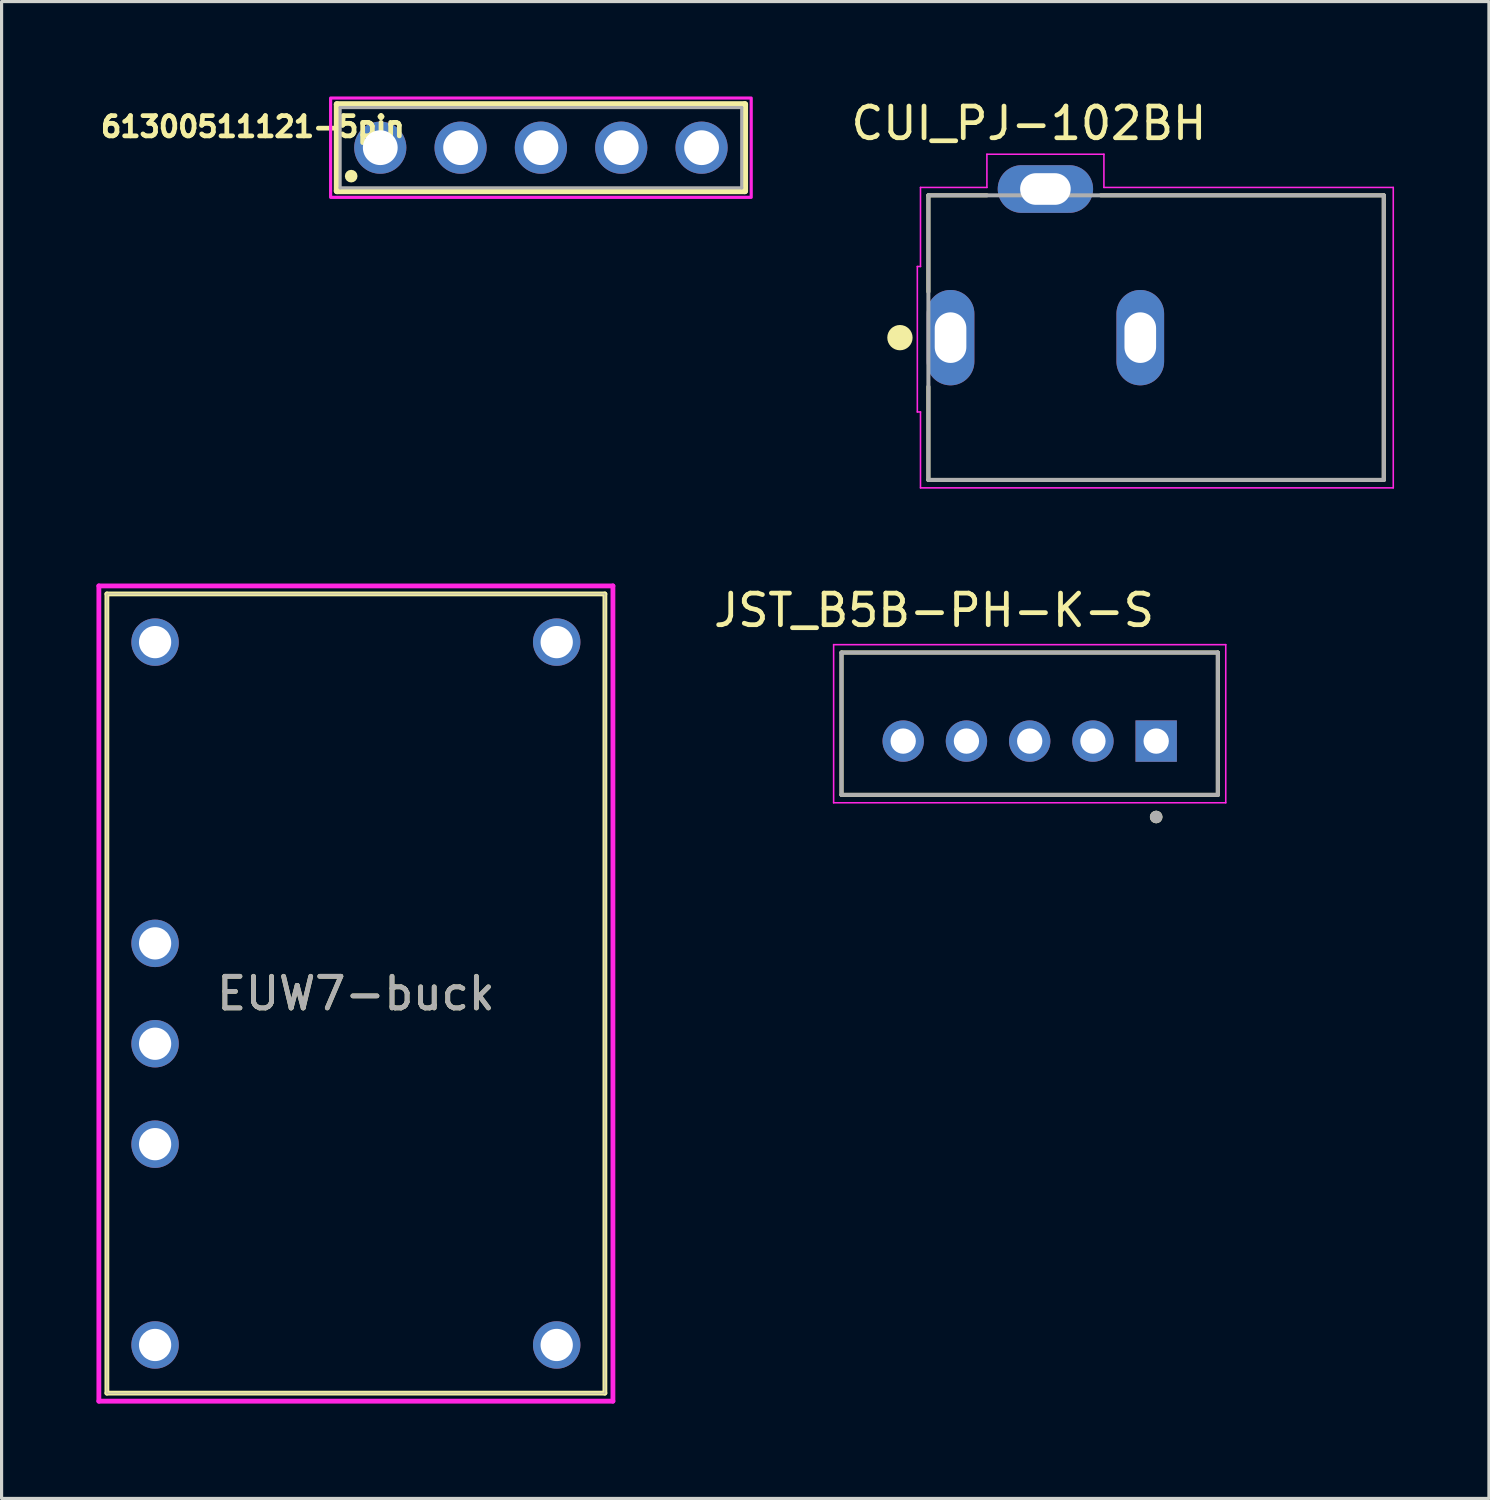
<source format=kicad_pcb>
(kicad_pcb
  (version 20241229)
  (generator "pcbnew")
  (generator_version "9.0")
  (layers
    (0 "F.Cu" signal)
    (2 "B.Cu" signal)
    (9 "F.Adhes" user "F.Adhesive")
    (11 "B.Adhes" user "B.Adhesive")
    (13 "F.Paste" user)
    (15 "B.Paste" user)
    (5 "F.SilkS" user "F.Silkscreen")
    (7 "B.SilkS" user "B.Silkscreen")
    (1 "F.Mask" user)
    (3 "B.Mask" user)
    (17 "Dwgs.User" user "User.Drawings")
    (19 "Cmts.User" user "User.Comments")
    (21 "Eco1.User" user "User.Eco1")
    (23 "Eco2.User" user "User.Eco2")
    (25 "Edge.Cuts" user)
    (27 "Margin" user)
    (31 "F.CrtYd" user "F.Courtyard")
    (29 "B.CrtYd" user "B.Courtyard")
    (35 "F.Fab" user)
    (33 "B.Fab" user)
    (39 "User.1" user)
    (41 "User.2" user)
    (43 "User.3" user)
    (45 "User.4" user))
  (footprint "EUW7-buck"
    (layer "F.Cu")
    (at 8.204 28.368)
    (property "Reference" "EUW7-buck" (at 0 0 0) (unlocked yes) (layer "F.SilkS") (effects (font (size 1 1) (thickness 0.15))))
    (attr smd)
    (fp_line (start -7.874 -12.636) (end -7.874 12.636) (stroke (width 0.152) (type solid)) (layer "F.SilkS"))
    (fp_line (start -7.874 12.636) (end 7.874 12.636) (stroke (width 0.152) (type solid)) (layer "F.SilkS"))
    (fp_line (start 7.874 -12.636) (end -7.874 -12.636) (stroke (width 0.152) (type solid)) (layer "F.SilkS"))
    (fp_line (start 7.874 12.636) (end 7.874 -12.636) (stroke (width 0.152) (type solid)) (layer "F.SilkS"))
    (fp_line (start -8.128 -12.89) (end 8.128 -12.89) (stroke (width 0.152) (type solid)) (layer "F.CrtYd"))
    (fp_line (start -8.128 12.89) (end -8.128 -12.89) (stroke (width 0.152) (type solid)) (layer "F.CrtYd"))
    (fp_line (start 8.128 -12.89) (end 8.128 12.89) (stroke (width 0.152) (type solid)) (layer "F.CrtYd"))
    (fp_line (start 8.128 12.89) (end -8.128 12.89) (stroke (width 0.152) (type solid)) (layer "F.CrtYd"))
    (fp_line (start -7.874 -12.636) (end -7.874 12.636) (stroke (width 0.025) (type solid)) (layer "F.Fab"))
    (fp_line (start -7.874 12.636) (end 7.874 12.636) (stroke (width 0.025) (type solid)) (layer "F.Fab"))
    (fp_line (start 7.874 -12.636) (end -7.874 -12.636) (stroke (width 0.025) (type solid)) (layer "F.Fab"))
    (fp_line (start 7.874 12.636) (end 7.874 -12.636) (stroke (width 0.025) (type solid)) (layer "F.Fab"))
    (fp_text user "${REFERENCE}" (at 0 0 0) (unlocked yes) (layer "F.Fab") (effects (font (size 1 1) (thickness 0.15))))
    (pad "1" thru_hole circle (at 6.35 -11.113) (size 1.5 1.5) (drill 1.02) (layers "*.Cu" "*.Mask"))
    (pad "2" thru_hole circle (at -6.35 -11.113) (size 1.5 1.5) (drill 1.02) (layers "*.Cu" "*.Mask"))
    (pad "3" thru_hole circle (at -6.35 -1.587) (size 1.5 1.5) (drill 1.02) (layers "*.Cu" "*.Mask"))
    (pad "4" thru_hole circle (at -6.35 1.587) (size 1.5 1.5) (drill 1.02) (layers "*.Cu" "*.Mask"))
    (pad "5" thru_hole circle (at -6.35 4.763) (size 1.5 1.5) (drill 1.02) (layers "*.Cu" "*.Mask"))
    (pad "6" thru_hole circle (at -6.35 11.113) (size 1.5 1.5) (drill 1.02) (layers "*.Cu" "*.Mask"))
    (pad "7" thru_hole circle (at 6.35 11.113) (size 1.5 1.5) (drill 1.02) (layers "*.Cu" "*.Mask")))
  (footprint "CUI_PJ-102BH"
    (layer "F.Cu")
    (at 33.508 7.627)
    (property "Reference" "CUI_PJ-102BH" (at -4.022 -6.777 0) (layer "F.SilkS") (effects (font (size 1.002 1.002) (thickness 0.15))))
    (attr through_hole)
    (fp_line (start -7.2 -4.5) (end -5.35 -4.5) (stroke (width 0.127) (type solid)) (layer "F.SilkS"))
    (fp_line (start -7.2 -1.45) (end -7.2 -4.5) (stroke (width 0.127) (type solid)) (layer "F.SilkS"))
    (fp_line (start -7.2 4.5) (end -7.2 1.55) (stroke (width 0.127) (type solid)) (layer "F.SilkS"))
    (fp_line (start -1.75 -4.5) (end 7.2 -4.5) (stroke (width 0.127) (type solid)) (layer "F.SilkS"))
    (fp_line (start 7.2 -4.5) (end 7.2 4.5) (stroke (width 0.127) (type solid)) (layer "F.SilkS"))
    (fp_line (start 7.2 4.5) (end -7.2 4.5) (stroke (width 0.127) (type solid)) (layer "F.SilkS"))
    (fp_circle (center -8.1 0) (end -7.9 0) (stroke (width 0.4) (type solid)) (fill no) (layer "F.SilkS"))
    (fp_line (start -7.55 -2.25) (end -7.55 2.35) (stroke (width 0.05) (type solid)) (layer "F.CrtYd"))
    (fp_line (start -7.55 2.35) (end -7.45 2.35) (stroke (width 0.05) (type solid)) (layer "F.CrtYd"))
    (fp_line (start -7.45 -4.75) (end -5.35 -4.75) (stroke (width 0.05) (type solid)) (layer "F.CrtYd"))
    (fp_line (start -7.45 -2.25) (end -7.55 -2.25) (stroke (width 0.05) (type solid)) (layer "F.CrtYd"))
    (fp_line (start -7.45 -2.25) (end -7.45 -4.75) (stroke (width 0.05) (type solid)) (layer "F.CrtYd"))
    (fp_line (start -7.45 4.75) (end -7.45 2.35) (stroke (width 0.05) (type solid)) (layer "F.CrtYd"))
    (fp_line (start -5.35 -5.8) (end -1.65 -5.8) (stroke (width 0.05) (type solid)) (layer "F.CrtYd"))
    (fp_line (start -5.35 -4.75) (end -5.35 -5.8) (stroke (width 0.05) (type solid)) (layer "F.CrtYd"))
    (fp_line (start -1.65 -5.8) (end -1.65 -4.75) (stroke (width 0.05) (type solid)) (layer "F.CrtYd"))
    (fp_line (start -1.65 -4.75) (end 7.5 -4.75) (stroke (width 0.05) (type solid)) (layer "F.CrtYd"))
    (fp_line (start 7.5 -4.75) (end 7.5 4.75) (stroke (width 0.05) (type solid)) (layer "F.CrtYd"))
    (fp_line (start 7.5 4.75) (end -7.45 4.75) (stroke (width 0.05) (type solid)) (layer "F.CrtYd"))
    (fp_line (start -7.2 -4.5) (end 7.2 -4.5) (stroke (width 0.127) (type solid)) (layer "F.Fab"))
    (fp_line (start -7.2 4.5) (end -7.2 -4.5) (stroke (width 0.127) (type solid)) (layer "F.Fab"))
    (fp_line (start 7.2 -4.5) (end 7.2 4.5) (stroke (width 0.127) (type solid)) (layer "F.Fab"))
    (fp_line (start 7.2 4.5) (end -7.2 4.5) (stroke (width 0.127) (type solid)) (layer "F.Fab"))
    (pad "1" thru_hole oval (at -6.5 0) (size 1.508 3.016) (drill oval 1 1.6) (layers "*.Cu" "*.Mask"))
    (pad "2" thru_hole oval (at -0.5 0) (size 1.508 3.016) (drill oval 1 1.6) (layers "*.Cu" "*.Mask"))
    (pad "3" thru_hole oval (at -3.5 -4.7) (size 3.016 1.508) (drill oval 1.6 1) (layers "*.Cu" "*.Mask")))
  (footprint "61300511121-5pin"
    (layer "F.Cu")
    (at 14.055 1.62)
    (property "Reference" "61300511121-5pin" (at -9.11 -0.662 0) (layer "F.SilkS") (effects (font (size 0.64 0.64) (thickness 0.15))))
    (attr through_hole)
    (fp_line (start -6.45 -1.37) (end 6.45 -1.37) (stroke (width 0.2) (type solid)) (layer "F.SilkS"))
    (fp_line (start -6.45 1.37) (end -6.45 -1.37) (stroke (width 0.2) (type solid)) (layer "F.SilkS"))
    (fp_line (start 6.45 -1.37) (end 6.45 1.37) (stroke (width 0.2) (type solid)) (layer "F.SilkS"))
    (fp_line (start 6.45 1.37) (end -6.45 1.37) (stroke (width 0.2) (type solid)) (layer "F.SilkS"))
    (fp_circle (center -6 0.9) (end -5.9 0.9) (stroke (width 0.2) (type solid)) (fill no) (layer "F.SilkS"))
    (fp_poly (pts (xy -6.65 -1.57) (xy 6.65 -1.57) (xy 6.65 1.57) (xy -6.65 1.57)) (stroke (width 0.1) (type solid)) (fill no) (layer "F.CrtYd"))
    (fp_line (start -6.35 -1.27) (end -6.35 1.27) (stroke (width 0.1) (type solid)) (layer "F.Fab"))
    (fp_line (start -6.35 1.27) (end 6.35 1.27) (stroke (width 0.1) (type solid)) (layer "F.Fab"))
    (fp_line (start 6.35 -1.27) (end -6.35 -1.27) (stroke (width 0.1) (type solid)) (layer "F.Fab"))
    (fp_line (start 6.35 1.27) (end 6.35 -1.27) (stroke (width 0.1) (type solid)) (layer "F.Fab"))
    (pad "1" thru_hole circle (at -5.08 0) (size 1.65 1.65) (drill 1.1) (layers "*.Cu" "*.Mask"))
    (pad "2" thru_hole circle (at -2.54 0) (size 1.65 1.65) (drill 1.1) (layers "*.Cu" "*.Mask"))
    (pad "3" thru_hole circle (at 0 0) (size 1.65 1.65) (drill 1.1) (layers "*.Cu" "*.Mask"))
    (pad "4" thru_hole circle (at 2.54 0) (size 1.65 1.65) (drill 1.1) (layers "*.Cu" "*.Mask"))
    (pad "5" thru_hole circle (at 5.08 0) (size 1.65 1.65) (drill 1.1) (layers "*.Cu" "*.Mask")))
  (footprint "JST_B5B-PH-K-S"
    (layer "F.Cu")
    (at 29.511 19.835)
    (property "Reference" "JST_B5B-PH-K-S" (at -3.025 -3.585 0) (layer "F.SilkS") (effects (font (size 1 1) (thickness 0.15))))
    (attr through_hole)
    (fp_line (start -5.95 -2.25) (end 5.95 -2.25) (stroke (width 0.127) (type solid)) (layer "F.SilkS"))
    (fp_line (start -5.95 2.25) (end -5.95 -2.25) (stroke (width 0.127) (type solid)) (layer "F.SilkS"))
    (fp_line (start 5.95 -2.25) (end 5.95 2.25) (stroke (width 0.127) (type solid)) (layer "F.SilkS"))
    (fp_line (start 5.95 2.25) (end -5.95 2.25) (stroke (width 0.127) (type solid)) (layer "F.SilkS"))
    (fp_circle (center 4 2.95) (end 4.1 2.95) (stroke (width 0.2) (type solid)) (fill no) (layer "F.SilkS"))
    (fp_line (start -6.2 -2.5) (end 6.2 -2.5) (stroke (width 0.05) (type solid)) (layer "F.CrtYd"))
    (fp_line (start -6.2 2.5) (end -6.2 -2.5) (stroke (width 0.05) (type solid)) (layer "F.CrtYd"))
    (fp_line (start 6.2 -2.5) (end 6.2 2.5) (stroke (width 0.05) (type solid)) (layer "F.CrtYd"))
    (fp_line (start 6.2 2.5) (end -6.2 2.5) (stroke (width 0.05) (type solid)) (layer "F.CrtYd"))
    (fp_line (start -5.95 -2.25) (end 5.95 -2.25) (stroke (width 0.127) (type solid)) (layer "F.Fab"))
    (fp_line (start -5.95 2.25) (end -5.95 -2.25) (stroke (width 0.127) (type solid)) (layer "F.Fab"))
    (fp_line (start 5.95 -2.25) (end 5.95 2.25) (stroke (width 0.127) (type solid)) (layer "F.Fab"))
    (fp_line (start 5.95 2.25) (end -5.95 2.25) (stroke (width 0.127) (type solid)) (layer "F.Fab"))
    (fp_circle (center 4 2.95) (end 4.1 2.95) (stroke (width 0.2) (type solid)) (fill no) (layer "F.Fab"))
    (pad "1" thru_hole rect (at 4 0.55) (size 1.308 1.308) (drill 0.8) (layers "*.Cu" "*.Mask"))
    (pad "2" thru_hole circle (at 2 0.55) (size 1.308 1.308) (drill 0.8) (layers "*.Cu" "*.Mask"))
    (pad "3" thru_hole circle (at 0 0.55) (size 1.308 1.308) (drill 0.8) (layers "*.Cu" "*.Mask"))
    (pad "4" thru_hole circle (at -2 0.55) (size 1.308 1.308) (drill 0.8) (layers "*.Cu" "*.Mask"))
    (pad "5" thru_hole circle (at -4 0.55) (size 1.308 1.308) (drill 0.8) (layers "*.Cu" "*.Mask")))
  (gr_rect
    (start -3 -3)
    (end 44.033 44.335)
    (stroke (width 0.1) (type default))
    (fill no)
    (layer "Edge.Cuts")))
</source>
